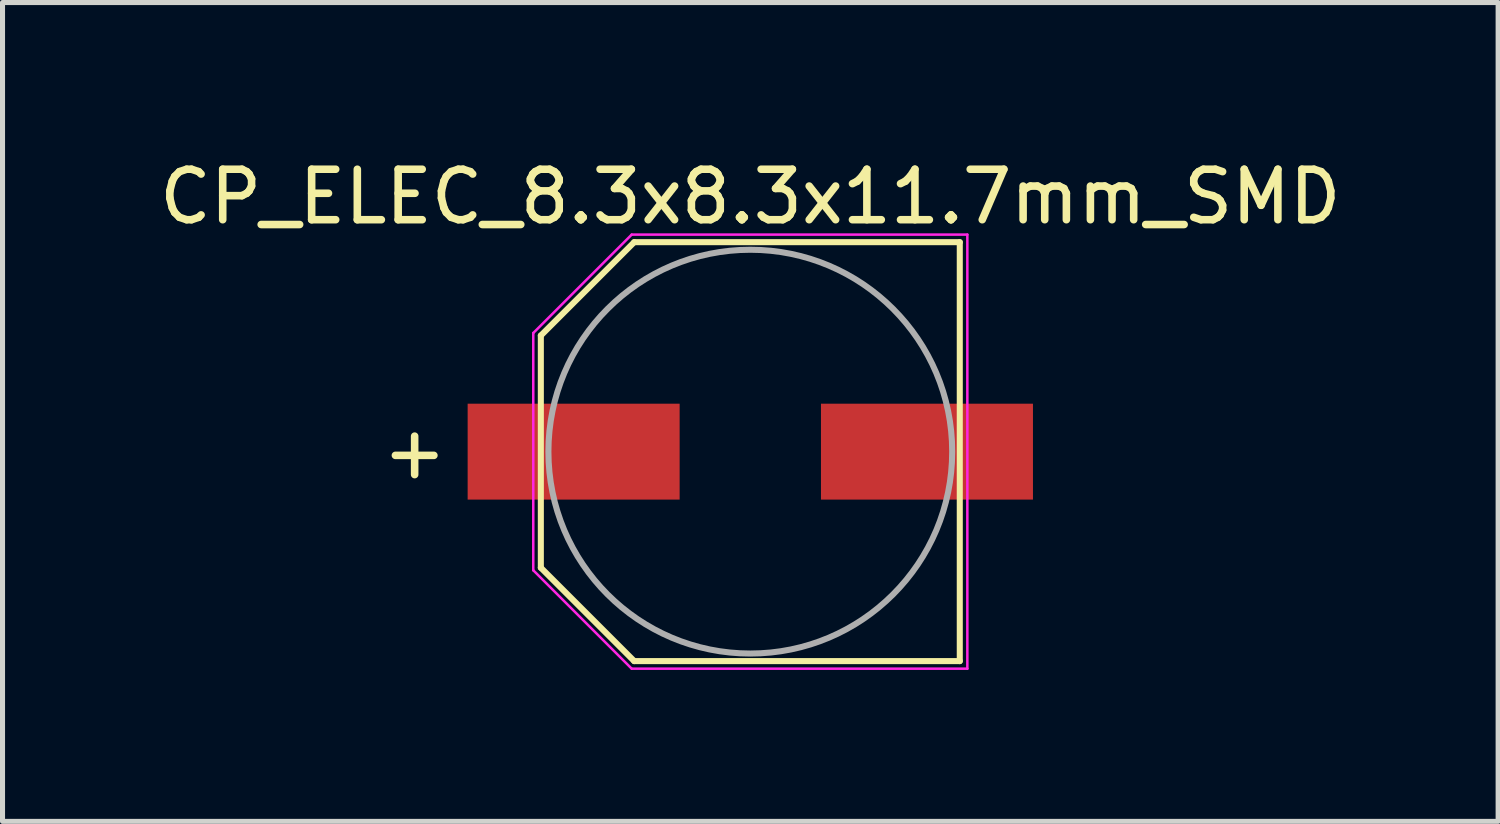
<source format=kicad_pcb>
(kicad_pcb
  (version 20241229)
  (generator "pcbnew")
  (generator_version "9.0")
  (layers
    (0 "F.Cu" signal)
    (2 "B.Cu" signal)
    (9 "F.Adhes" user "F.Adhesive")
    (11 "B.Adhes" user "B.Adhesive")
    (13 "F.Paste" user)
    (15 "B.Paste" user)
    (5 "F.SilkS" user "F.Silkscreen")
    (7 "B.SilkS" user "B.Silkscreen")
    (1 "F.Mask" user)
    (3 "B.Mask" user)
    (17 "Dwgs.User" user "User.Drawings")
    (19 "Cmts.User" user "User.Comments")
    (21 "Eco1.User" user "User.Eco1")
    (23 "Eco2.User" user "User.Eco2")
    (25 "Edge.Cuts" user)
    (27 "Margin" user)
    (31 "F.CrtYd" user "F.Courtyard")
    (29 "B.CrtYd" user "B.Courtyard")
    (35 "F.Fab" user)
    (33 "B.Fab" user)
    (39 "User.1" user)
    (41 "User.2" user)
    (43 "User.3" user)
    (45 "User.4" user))
  (footprint "CP_ELEC_8.3x8.3x11.7mm_SMD"
    (layer "F.Cu")
    (at 11.815 5.898)
    (property "Reference" "CP_ELEC_8.3x8.3x11.7mm_SMD" (at 0 -5.05 0) (layer "F.SilkS") (effects (font (size 1 1) (thickness 0.15))))
    (attr smd)
    (fp_line (start -4.15 -2.3) (end -2.3 -4.15) (stroke (width 0.12) (type solid)) (layer "F.SilkS"))
    (fp_line (start -4.15 2.3) (end -4.15 -2.3) (stroke (width 0.12) (type solid)) (layer "F.SilkS"))
    (fp_line (start -2.3 -4.15) (end 4.15 -4.15) (stroke (width 0.12) (type solid)) (layer "F.SilkS"))
    (fp_line (start -2.3 4.15) (end -4.15 2.3) (stroke (width 0.12) (type solid)) (layer "F.SilkS"))
    (fp_line (start 4.15 -4.15) (end 4.15 4.15) (stroke (width 0.12) (type solid)) (layer "F.SilkS"))
    (fp_line (start 4.15 4.15) (end -2.3 4.15) (stroke (width 0.12) (type solid)) (layer "F.SilkS"))
    (fp_line (start -4.3 -2.35) (end -2.35 -4.3) (stroke (width 0.05) (type solid)) (layer "F.CrtYd"))
    (fp_line (start -4.3 2.35) (end -4.3 -2.35) (stroke (width 0.05) (type solid)) (layer "F.CrtYd"))
    (fp_line (start -2.35 -4.3) (end 4.3 -4.3) (stroke (width 0.05) (type solid)) (layer "F.CrtYd"))
    (fp_line (start -2.35 4.3) (end -4.3 2.35) (stroke (width 0.05) (type solid)) (layer "F.CrtYd"))
    (fp_line (start 4.3 -4.3) (end 4.3 4.3) (stroke (width 0.05) (type solid)) (layer "F.CrtYd"))
    (fp_line (start 4.3 4.3) (end -2.35 4.3) (stroke (width 0.05) (type solid)) (layer "F.CrtYd"))
    (fp_circle (center 0 0) (end 4 0) (stroke (width 0.12) (type solid)) (fill no) (layer "F.Fab"))
    (fp_text user "+" (at -6.65 0 0) (layer "F.SilkS") (effects (font (size 1 1) (thickness 0.15))))
    (pad "1" smd rect (at -3.5 0) (size 4.2 1.9) (layers "F.Cu" "F.Mask" "F.Paste"))
    (pad "2" smd rect (at 3.5 0) (size 4.2 1.9) (layers "F.Cu" "F.Mask" "F.Paste")))
  (gr_rect
    (start -3 -3)
    (end 26.631 13.223)
    (stroke (width 0.1) (type default))
    (fill no)
    (layer "Edge.Cuts")))
</source>
